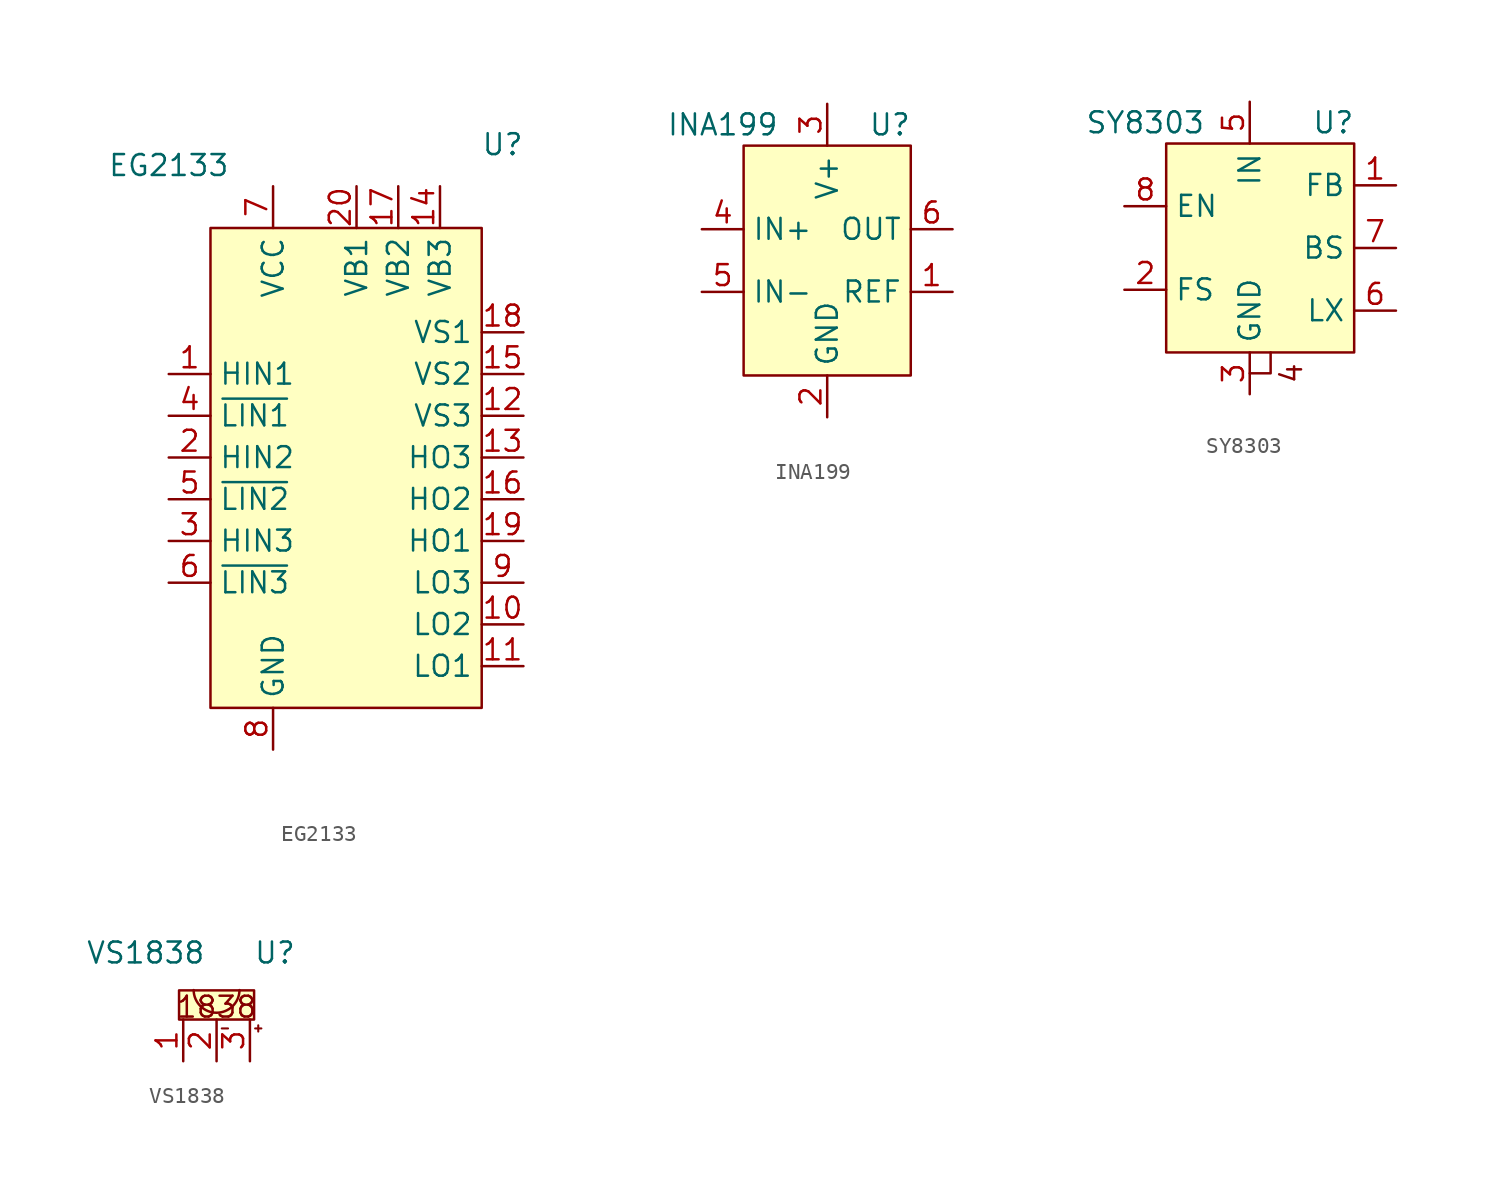
<source format=kicad_sym>
(kicad_symbol_lib
  (version 20211014)
  (generator kicad_symbol_editor)
  (symbol "EG2133"
    (property "Reference" "U"
      (at 10.16 13.97 0)
      (effects (font (size 1.27 1.27))))
    (property "Value" "EG2133"
      (at -10.16 12.7 0)
      (effects (font (size 1.27 1.27))))
    (symbol "EG2133_0_1"
      (rectangle (start -7.62 8.89) (end 8.89 -20.32) (stroke (width 0.152) (type default) (color 0 0 0 0)) (fill (type background))))
    (symbol "EG2133_1_1"
      (pin input line (at -10.16 0 0) (length 2.54) (name "HIN1" (effects (font (size 1.27 1.27)))) (number "1" (effects (font (size 1.27 1.27)))))
      (pin output line (at 11.43 -15.24 180) (length 2.54) (name "LO2" (effects (font (size 1.27 1.27)))) (number "10" (effects (font (size 1.27 1.27)))))
      (pin output line (at 11.43 -17.78 180) (length 2.54) (name "LO1" (effects (font (size 1.27 1.27)))) (number "11" (effects (font (size 1.27 1.27)))))
      (pin output line (at 11.43 -2.54 180) (length 2.54) (name "VS3" (effects (font (size 1.27 1.27)))) (number "12" (effects (font (size 1.27 1.27)))))
      (pin output line (at 11.43 -5.08 180) (length 2.54) (name "HO3" (effects (font (size 1.27 1.27)))) (number "13" (effects (font (size 1.27 1.27)))))
      (pin power_in line (at 6.35 11.43 270) (length 2.54) (name "VB3" (effects (font (size 1.27 1.27)))) (number "14" (effects (font (size 1.27 1.27)))))
      (pin output line (at 11.43 0 180) (length 2.54) (name "VS2" (effects (font (size 1.27 1.27)))) (number "15" (effects (font (size 1.27 1.27)))))
      (pin output line (at 11.43 -7.62 180) (length 2.54) (name "HO2" (effects (font (size 1.27 1.27)))) (number "16" (effects (font (size 1.27 1.27)))))
      (pin power_in line (at 3.81 11.43 270) (length 2.54) (name "VB2" (effects (font (size 1.27 1.27)))) (number "17" (effects (font (size 1.27 1.27)))))
      (pin output line (at 11.43 2.54 180) (length 2.54) (name "VS1" (effects (font (size 1.27 1.27)))) (number "18" (effects (font (size 1.27 1.27)))))
      (pin output line (at 11.43 -10.16 180) (length 2.54) (name "HO1" (effects (font (size 1.27 1.27)))) (number "19" (effects (font (size 1.27 1.27)))))
      (pin input line (at -10.16 -5.08 0) (length 2.54) (name "HIN2" (effects (font (size 1.27 1.27)))) (number "2" (effects (font (size 1.27 1.27)))))
      (pin power_in line (at 1.27 11.43 270) (length 2.54) (name "VB1" (effects (font (size 1.27 1.27)))) (number "20" (effects (font (size 1.27 1.27)))))
      (pin input line (at -10.16 -10.16 0) (length 2.54) (name "HIN3" (effects (font (size 1.27 1.27)))) (number "3" (effects (font (size 1.27 1.27)))))
      (pin input line (at -10.16 -2.54 0) (length 2.54) (name "~{LIN1}" (effects (font (size 1.27 1.27)))) (number "4" (effects (font (size 1.27 1.27)))))
      (pin input line (at -10.16 -7.62 0) (length 2.54) (name "~{LIN2}" (effects (font (size 1.27 1.27)))) (number "5" (effects (font (size 1.27 1.27)))))
      (pin input line (at -10.16 -12.7 0) (length 2.54) (name "~{LIN3}" (effects (font (size 1.27 1.27)))) (number "6" (effects (font (size 1.27 1.27)))))
      (pin power_in line (at -3.81 11.43 270) (length 2.54) (name "VCC" (effects (font (size 1.27 1.27)))) (number "7" (effects (font (size 1.27 1.27)))))
      (pin power_in line (at -3.81 -22.86 90) (length 2.54) (name "GND" (effects (font (size 1.27 1.27)))) (number "8" (effects (font (size 1.27 1.27)))))
      (pin output line (at 11.43 -12.7 180) (length 2.54) (name "LO3" (effects (font (size 1.27 1.27)))) (number "9" (effects (font (size 1.27 1.27)))))))
  (symbol "INA199"
    (property "Reference" "U"
      (at 3.81 6.35 0)
      (effects (font (size 1.27 1.27))))
    (property "Value" "INA199"
      (at -6.35 6.35 0)
      (effects (font (size 1.27 1.27))))
    (symbol "INA199_0_1"
      (rectangle (start -5.08 5.08) (end 5.08 -8.89) (stroke (width 0.152) (type default) (color 0 0 0 0)) (fill (type background))))
    (symbol "INA199_1_1"
      (pin input line (at 7.62 -3.81 180) (length 2.54) (name "REF" (effects (font (size 1.27 1.27)))) (number "1" (effects (font (size 1.27 1.27)))))
      (pin power_in line (at 0 -11.43 90) (length 2.54) (name "GND" (effects (font (size 1.27 1.27)))) (number "2" (effects (font (size 1.27 1.27)))))
      (pin power_in line (at 0 7.62 270) (length 2.54) (name "V+" (effects (font (size 1.27 1.27)))) (number "3" (effects (font (size 1.27 1.27)))))
      (pin input line (at -7.62 0 0) (length 2.54) (name "IN+" (effects (font (size 1.27 1.27)))) (number "4" (effects (font (size 1.27 1.27)))))
      (pin input line (at -7.62 -3.81 0) (length 2.54) (name "IN-" (effects (font (size 1.27 1.27)))) (number "5" (effects (font (size 1.27 1.27)))))
      (pin output line (at 7.62 0 180) (length 2.54) (name "OUT" (effects (font (size 1.27 1.27)))) (number "6" (effects (font (size 1.27 1.27)))))))
  (symbol "SY8303"
    (property "Reference" "U"
      (at 5.08 7.62 0)
      (effects (font (size 1.27 1.27))))
    (property "Value" "SY8303"
      (at -6.35 7.62 0)
      (effects (font (size 1.27 1.27))))
    (symbol "SY8303_0_0"
      (polyline (pts (xy 0 -7.62) (xy 1.27 -7.62) (xy 1.27 -6.35)) (stroke (width 0) (type default) (color 0 0 0 0)) (fill (type none)))
      (text "4" (at 2.54 -7.62 900) (effects (font (size 1.27 1.27)))))
    (symbol "SY8303_0_1"
      (rectangle (start -5.08 6.35) (end 6.35 -6.35) (stroke (width 0) (type default) (color 0 0 0 0)) (fill (type background))))
    (symbol "SY8303_1_1"
      (pin input line (at 8.89 3.81 180) (length 2.54) (name "FB" (effects (font (size 1.27 1.27)))) (number "1" (effects (font (size 1.27 1.27)))))
      (pin input line (at -7.62 -2.54 0) (length 2.54) (name "FS" (effects (font (size 1.27 1.27)))) (number "2" (effects (font (size 1.27 1.27)))))
      (pin passive line (at 0 -8.89 90) (length 2.54) (name "GND" (effects (font (size 1.27 1.27)))) (number "3" (effects (font (size 1.27 1.27)))))
      (pin passive line (at 0 -8.89 90) (length 2.54) hide (name "GND" (effects (font (size 1.27 1.27)))) (number "4" (effects (font (size 1.27 1.27)))))
      (pin power_in line (at 0 8.89 270) (length 2.54) (name "IN" (effects (font (size 1.27 1.27)))) (number "5" (effects (font (size 1.27 1.27)))))
      (pin input line (at 8.89 -3.81 180) (length 2.54) (name "LX" (effects (font (size 1.27 1.27)))) (number "6" (effects (font (size 1.27 1.27)))))
      (pin input line (at 8.89 0 180) (length 2.54) (name "BS" (effects (font (size 1.27 1.27)))) (number "7" (effects (font (size 1.27 1.27)))))
      (pin input line (at -7.62 2.54 0) (length 2.54) (name "EN" (effects (font (size 1.27 1.27)))) (number "8" (effects (font (size 1.27 1.27)))))))
  (symbol "VS1838"
    (property "Reference" "U"
      (at 3.048 4.572 0)
      (effects (font (size 1.27 1.27))))
    (property "Value" "VS1838"
      (at -4.826 4.572 0)
      (effects (font (size 1.27 1.27))))
    (symbol "VS1838_0_0"
      (text "+" (at 2.032 0 0) (effects (font (size 0.5 0.5))))
      (text "-" (at 0 0 0) (effects (font (size 0.5 0.5))))
      (text "1838" (at -0.508 1.27 0) (effects (font (size 1.27 1.27)))))
    (symbol "VS1838_0_1"
      (rectangle (start -2.794 2.286) (end 1.778 0.508) (stroke (width 0.152) (type default) (color 0 0 0 0)) (fill (type background)))
      (arc (start -1.905 2.3027) (mid -0.508 0.8889) (end 0.889 2.3027) (stroke (width 0.1524) (type default) (color 0 0 0 0)) (fill (type none))))
    (symbol "VS1838_1_1"
      (pin output line (at -2.54 -2.032 90) (length 2.54) (name "" (effects (font (size 1.27 1.27)))) (number "1" (effects (font (size 1.27 1.27)))))
      (pin input line (at -0.508 -2.032 90) (length 2.54) (name "" (effects (font (size 1.27 1.27)))) (number "2" (effects (font (size 1.27 1.27)))))
      (pin input line (at 1.524 -2.032 90) (length 2.54) (name "" (effects (font (size 1.27 1.27)))) (number "3" (effects (font (size 1.27 1.27))))))))
</source>
